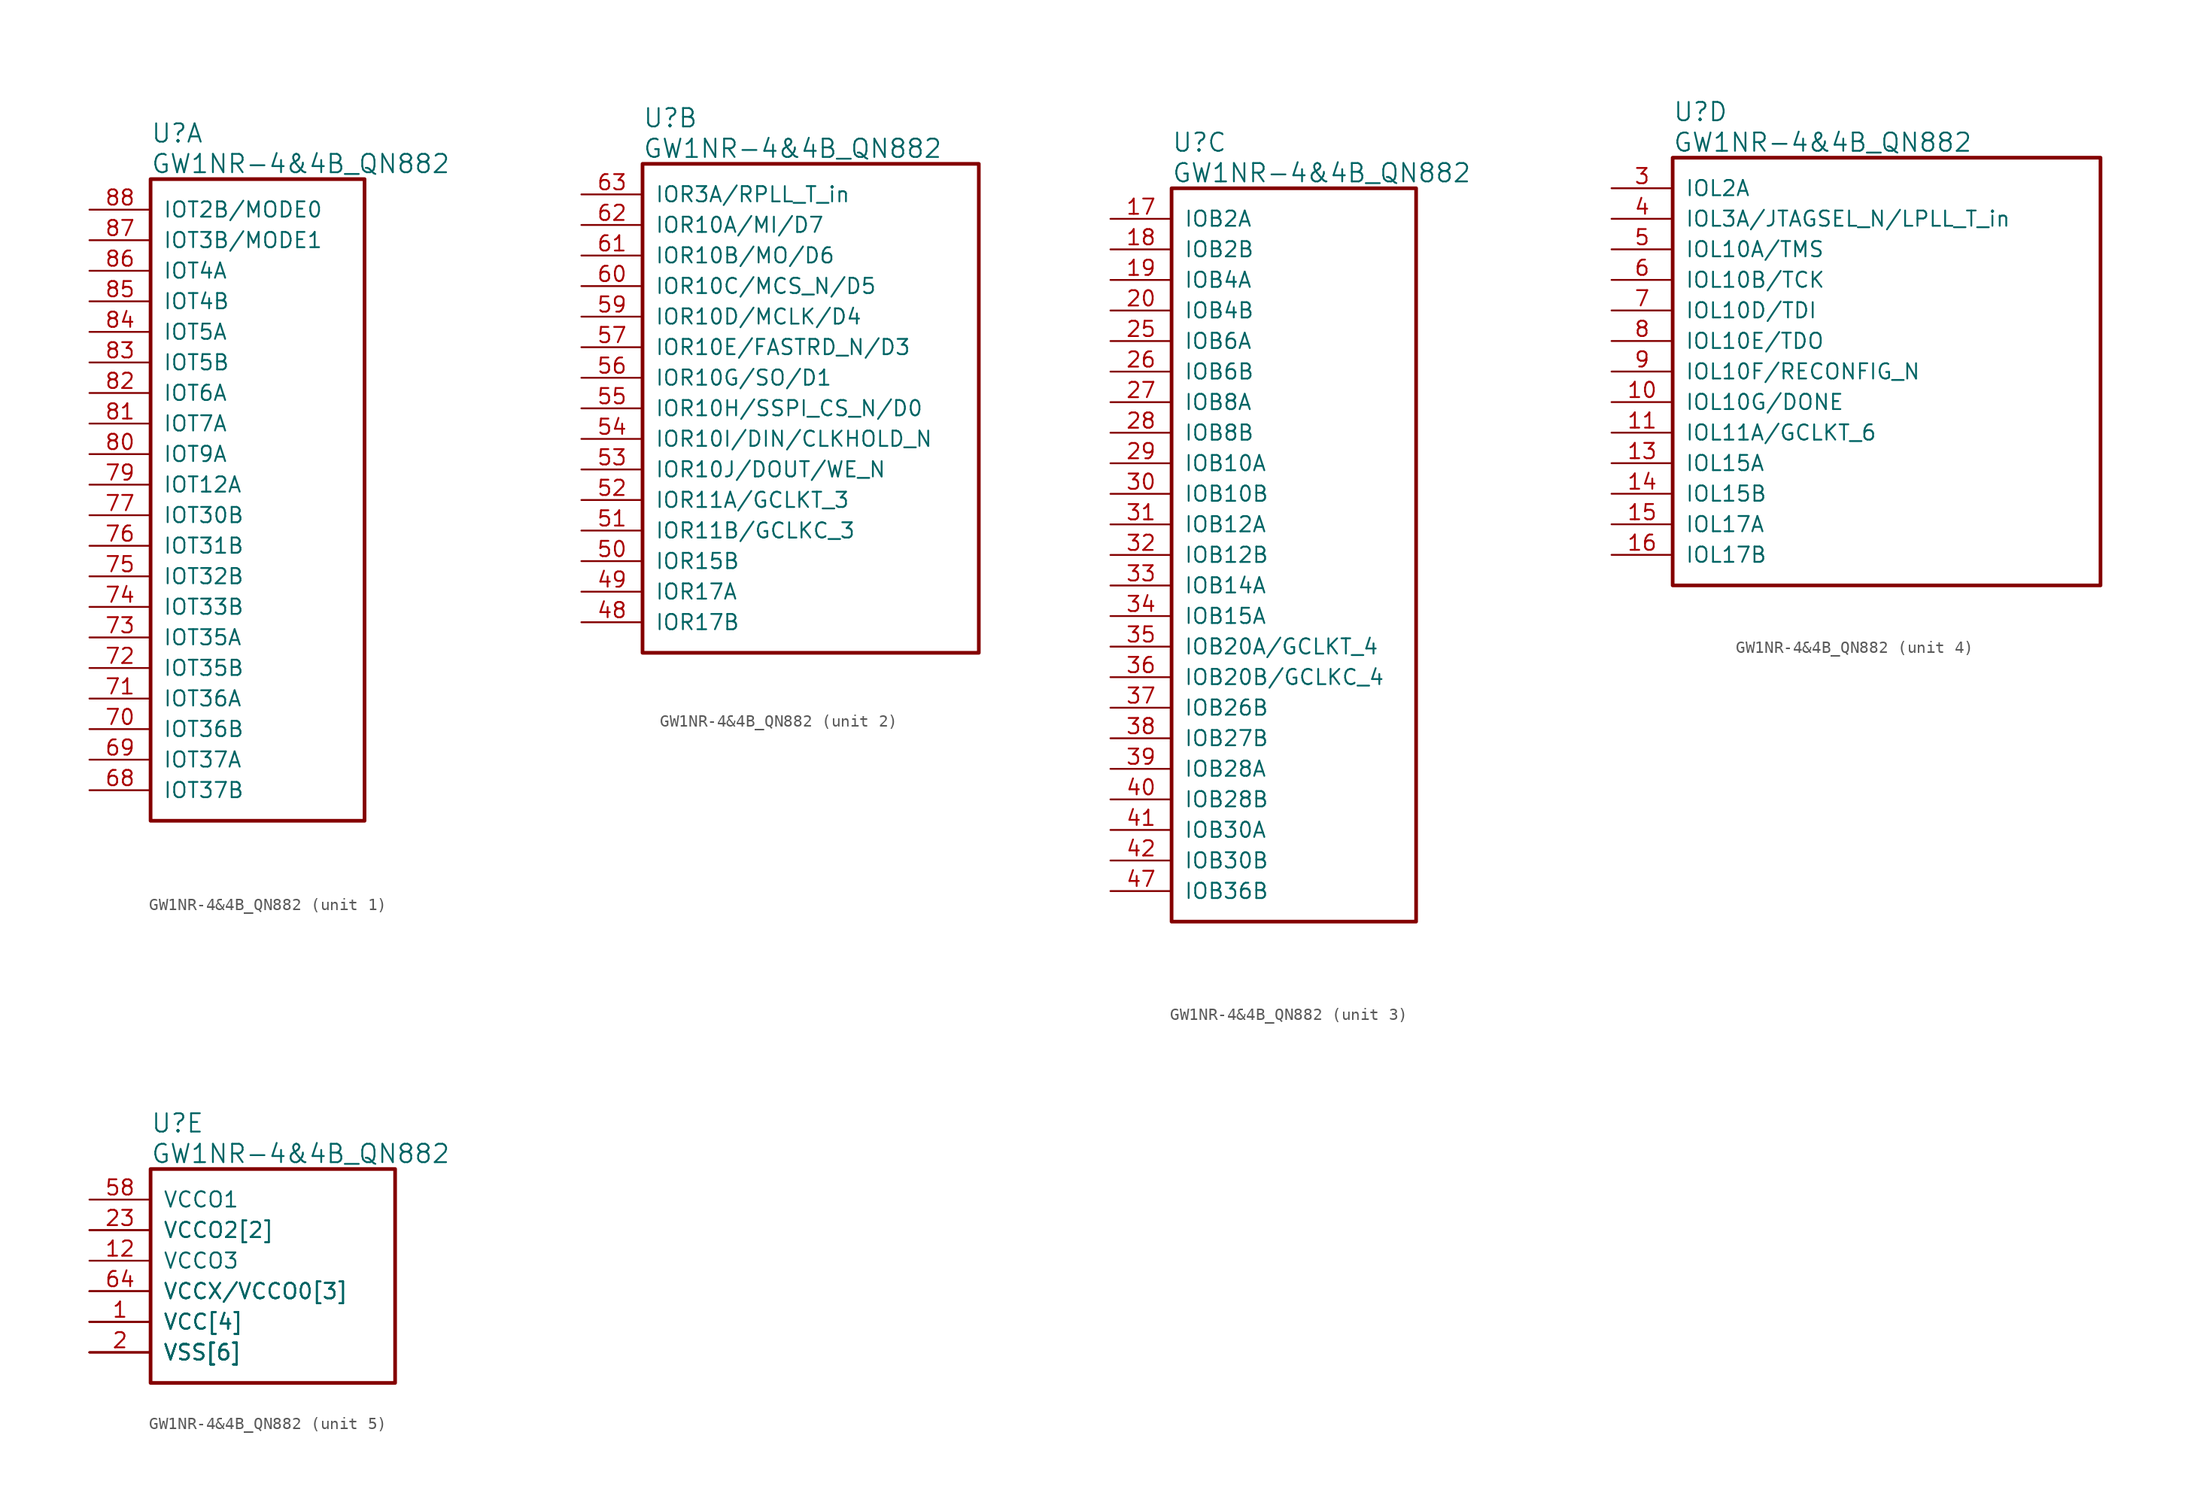
<source format=kicad_sym>
(kicad_symbol_lib
  (version 20241209)
  (generator "kicad_symbol_editor")
  (generator_version "9.0")
  (symbol "GW1NR-4&4B_QN882"
    (pin_names
      (offset 1.016))
    (property "Reference" "U"
      (at 5.08 6.35 0)
      (effects (font (size 1.524 1.524)) (justify left)))
    (property "Value" "GW1NR-4&4B_QN882"
      (at 5.08 3.81 0)
      (effects (font (size 1.524 1.524)) (justify left)))
    (property "ki_locked" ""
      (at 0 0 0)
      (effects (font (size 1.27 1.27))))
    (symbol "GW1NR-4&4B_QN882_1_1"
      (rectangle (start 5.08 2.54) (end 22.86 -50.8) (stroke (width 0.305) (type solid)) (fill (type none)))
      (pin bidirectional line (at 0 0 0) (length 5.08) (name "IOT2B/MODE0" (effects (font (size 1.27 1.27)))) (number "88" (effects (font (size 1.27 1.27)))))
      (pin bidirectional line (at 0 -2.54 0) (length 5.08) (name "IOT3B/MODE1" (effects (font (size 1.27 1.27)))) (number "87" (effects (font (size 1.27 1.27)))))
      (pin bidirectional line (at 0 -5.08 0) (length 5.08) (name "IOT4A" (effects (font (size 1.27 1.27)))) (number "86" (effects (font (size 1.27 1.27)))))
      (pin bidirectional line (at 0 -7.62 0) (length 5.08) (name "IOT4B" (effects (font (size 1.27 1.27)))) (number "85" (effects (font (size 1.27 1.27)))))
      (pin bidirectional line (at 0 -10.16 0) (length 5.08) (name "IOT5A" (effects (font (size 1.27 1.27)))) (number "84" (effects (font (size 1.27 1.27)))))
      (pin bidirectional line (at 0 -12.7 0) (length 5.08) (name "IOT5B" (effects (font (size 1.27 1.27)))) (number "83" (effects (font (size 1.27 1.27)))))
      (pin bidirectional line (at 0 -15.24 0) (length 5.08) (name "IOT6A" (effects (font (size 1.27 1.27)))) (number "82" (effects (font (size 1.27 1.27)))))
      (pin bidirectional line (at 0 -17.78 0) (length 5.08) (name "IOT7A" (effects (font (size 1.27 1.27)))) (number "81" (effects (font (size 1.27 1.27)))))
      (pin bidirectional line (at 0 -20.32 0) (length 5.08) (name "IOT9A" (effects (font (size 1.27 1.27)))) (number "80" (effects (font (size 1.27 1.27)))))
      (pin bidirectional line (at 0 -22.86 0) (length 5.08) (name "IOT12A" (effects (font (size 1.27 1.27)))) (number "79" (effects (font (size 1.27 1.27)))))
      (pin bidirectional line (at 0 -25.4 0) (length 5.08) (name "IOT30B" (effects (font (size 1.27 1.27)))) (number "77" (effects (font (size 1.27 1.27)))))
      (pin bidirectional line (at 0 -27.94 0) (length 5.08) (name "IOT31B" (effects (font (size 1.27 1.27)))) (number "76" (effects (font (size 1.27 1.27)))))
      (pin bidirectional line (at 0 -30.48 0) (length 5.08) (name "IOT32B" (effects (font (size 1.27 1.27)))) (number "75" (effects (font (size 1.27 1.27)))))
      (pin bidirectional line (at 0 -33.02 0) (length 5.08) (name "IOT33B" (effects (font (size 1.27 1.27)))) (number "74" (effects (font (size 1.27 1.27)))))
      (pin bidirectional line (at 0 -35.56 0) (length 5.08) (name "IOT35A" (effects (font (size 1.27 1.27)))) (number "73" (effects (font (size 1.27 1.27)))))
      (pin bidirectional line (at 0 -38.1 0) (length 5.08) (name "IOT35B" (effects (font (size 1.27 1.27)))) (number "72" (effects (font (size 1.27 1.27)))))
      (pin bidirectional line (at 0 -40.64 0) (length 5.08) (name "IOT36A" (effects (font (size 1.27 1.27)))) (number "71" (effects (font (size 1.27 1.27)))))
      (pin bidirectional line (at 0 -43.18 0) (length 5.08) (name "IOT36B" (effects (font (size 1.27 1.27)))) (number "70" (effects (font (size 1.27 1.27)))))
      (pin bidirectional line (at 0 -45.72 0) (length 5.08) (name "IOT37A" (effects (font (size 1.27 1.27)))) (number "69" (effects (font (size 1.27 1.27)))))
      (pin bidirectional line (at 0 -48.26 0) (length 5.08) (name "IOT37B" (effects (font (size 1.27 1.27)))) (number "68" (effects (font (size 1.27 1.27))))))
    (symbol "GW1NR-4&4B_QN882_2_1"
      (rectangle (start 5.08 2.54) (end 33.02 -38.1) (stroke (width 0.305) (type solid)) (fill (type none)))
      (pin bidirectional line (at 0 0 0) (length 5.08) (name "IOR3A/RPLL_T_in" (effects (font (size 1.27 1.27)))) (number "63" (effects (font (size 1.27 1.27)))))
      (pin bidirectional line (at 0 -2.54 0) (length 5.08) (name "IOR10A/MI/D7" (effects (font (size 1.27 1.27)))) (number "62" (effects (font (size 1.27 1.27)))))
      (pin bidirectional line (at 0 -5.08 0) (length 5.08) (name "IOR10B/MO/D6" (effects (font (size 1.27 1.27)))) (number "61" (effects (font (size 1.27 1.27)))))
      (pin bidirectional line (at 0 -7.62 0) (length 5.08) (name "IOR10C/MCS_N/D5" (effects (font (size 1.27 1.27)))) (number "60" (effects (font (size 1.27 1.27)))))
      (pin bidirectional line (at 0 -10.16 0) (length 5.08) (name "IOR10D/MCLK/D4" (effects (font (size 1.27 1.27)))) (number "59" (effects (font (size 1.27 1.27)))))
      (pin bidirectional line (at 0 -12.7 0) (length 5.08) (name "IOR10E/FASTRD_N/D3" (effects (font (size 1.27 1.27)))) (number "57" (effects (font (size 1.27 1.27)))))
      (pin bidirectional line (at 0 -15.24 0) (length 5.08) (name "IOR10G/SO/D1" (effects (font (size 1.27 1.27)))) (number "56" (effects (font (size 1.27 1.27)))))
      (pin bidirectional line (at 0 -17.78 0) (length 5.08) (name "IOR10H/SSPI_CS_N/D0" (effects (font (size 1.27 1.27)))) (number "55" (effects (font (size 1.27 1.27)))))
      (pin bidirectional line (at 0 -20.32 0) (length 5.08) (name "IOR10I/DIN/CLKHOLD_N" (effects (font (size 1.27 1.27)))) (number "54" (effects (font (size 1.27 1.27)))))
      (pin bidirectional line (at 0 -22.86 0) (length 5.08) (name "IOR10J/DOUT/WE_N" (effects (font (size 1.27 1.27)))) (number "53" (effects (font (size 1.27 1.27)))))
      (pin bidirectional line (at 0 -25.4 0) (length 5.08) (name "IOR11A/GCLKT_3" (effects (font (size 1.27 1.27)))) (number "52" (effects (font (size 1.27 1.27)))))
      (pin bidirectional line (at 0 -27.94 0) (length 5.08) (name "IOR11B/GCLKC_3" (effects (font (size 1.27 1.27)))) (number "51" (effects (font (size 1.27 1.27)))))
      (pin bidirectional line (at 0 -30.48 0) (length 5.08) (name "IOR15B" (effects (font (size 1.27 1.27)))) (number "50" (effects (font (size 1.27 1.27)))))
      (pin bidirectional line (at 0 -33.02 0) (length 5.08) (name "IOR17A" (effects (font (size 1.27 1.27)))) (number "49" (effects (font (size 1.27 1.27)))))
      (pin bidirectional line (at 0 -35.56 0) (length 5.08) (name "IOR17B" (effects (font (size 1.27 1.27)))) (number "48" (effects (font (size 1.27 1.27))))))
    (symbol "GW1NR-4&4B_QN882_3_1"
      (rectangle (start 5.08 2.54) (end 25.4 -58.42) (stroke (width 0.305) (type solid)) (fill (type none)))
      (pin bidirectional line (at 0 0 0) (length 5.08) (name "IOB2A" (effects (font (size 1.27 1.27)))) (number "17" (effects (font (size 1.27 1.27)))))
      (pin bidirectional line (at 0 -2.54 0) (length 5.08) (name "IOB2B" (effects (font (size 1.27 1.27)))) (number "18" (effects (font (size 1.27 1.27)))))
      (pin bidirectional line (at 0 -5.08 0) (length 5.08) (name "IOB4A" (effects (font (size 1.27 1.27)))) (number "19" (effects (font (size 1.27 1.27)))))
      (pin bidirectional line (at 0 -7.62 0) (length 5.08) (name "IOB4B" (effects (font (size 1.27 1.27)))) (number "20" (effects (font (size 1.27 1.27)))))
      (pin bidirectional line (at 0 -10.16 0) (length 5.08) (name "IOB6A" (effects (font (size 1.27 1.27)))) (number "25" (effects (font (size 1.27 1.27)))))
      (pin bidirectional line (at 0 -12.7 0) (length 5.08) (name "IOB6B" (effects (font (size 1.27 1.27)))) (number "26" (effects (font (size 1.27 1.27)))))
      (pin bidirectional line (at 0 -15.24 0) (length 5.08) (name "IOB8A" (effects (font (size 1.27 1.27)))) (number "27" (effects (font (size 1.27 1.27)))))
      (pin bidirectional line (at 0 -17.78 0) (length 5.08) (name "IOB8B" (effects (font (size 1.27 1.27)))) (number "28" (effects (font (size 1.27 1.27)))))
      (pin bidirectional line (at 0 -20.32 0) (length 5.08) (name "IOB10A" (effects (font (size 1.27 1.27)))) (number "29" (effects (font (size 1.27 1.27)))))
      (pin bidirectional line (at 0 -22.86 0) (length 5.08) (name "IOB10B" (effects (font (size 1.27 1.27)))) (number "30" (effects (font (size 1.27 1.27)))))
      (pin bidirectional line (at 0 -25.4 0) (length 5.08) (name "IOB12A" (effects (font (size 1.27 1.27)))) (number "31" (effects (font (size 1.27 1.27)))))
      (pin bidirectional line (at 0 -27.94 0) (length 5.08) (name "IOB12B" (effects (font (size 1.27 1.27)))) (number "32" (effects (font (size 1.27 1.27)))))
      (pin bidirectional line (at 0 -30.48 0) (length 5.08) (name "IOB14A" (effects (font (size 1.27 1.27)))) (number "33" (effects (font (size 1.27 1.27)))))
      (pin bidirectional line (at 0 -33.02 0) (length 5.08) (name "IOB15A" (effects (font (size 1.27 1.27)))) (number "34" (effects (font (size 1.27 1.27)))))
      (pin bidirectional line (at 0 -35.56 0) (length 5.08) (name "IOB20A/GCLKT_4" (effects (font (size 1.27 1.27)))) (number "35" (effects (font (size 1.27 1.27)))))
      (pin bidirectional line (at 0 -38.1 0) (length 5.08) (name "IOB20B/GCLKC_4" (effects (font (size 1.27 1.27)))) (number "36" (effects (font (size 1.27 1.27)))))
      (pin bidirectional line (at 0 -40.64 0) (length 5.08) (name "IOB26B" (effects (font (size 1.27 1.27)))) (number "37" (effects (font (size 1.27 1.27)))))
      (pin bidirectional line (at 0 -43.18 0) (length 5.08) (name "IOB27B" (effects (font (size 1.27 1.27)))) (number "38" (effects (font (size 1.27 1.27)))))
      (pin bidirectional line (at 0 -45.72 0) (length 5.08) (name "IOB28A" (effects (font (size 1.27 1.27)))) (number "39" (effects (font (size 1.27 1.27)))))
      (pin bidirectional line (at 0 -48.26 0) (length 5.08) (name "IOB28B" (effects (font (size 1.27 1.27)))) (number "40" (effects (font (size 1.27 1.27)))))
      (pin bidirectional line (at 0 -50.8 0) (length 5.08) (name "IOB30A" (effects (font (size 1.27 1.27)))) (number "41" (effects (font (size 1.27 1.27)))))
      (pin bidirectional line (at 0 -53.34 0) (length 5.08) (name "IOB30B" (effects (font (size 1.27 1.27)))) (number "42" (effects (font (size 1.27 1.27)))))
      (pin bidirectional line (at 0 -55.88 0) (length 5.08) (name "IOB36B" (effects (font (size 1.27 1.27)))) (number "47" (effects (font (size 1.27 1.27))))))
    (symbol "GW1NR-4&4B_QN882_4_1"
      (rectangle (start 5.08 2.54) (end 40.64 -33.02) (stroke (width 0.305) (type solid)) (fill (type none)))
      (pin bidirectional line (at 0 0 0) (length 5.08) (name "IOL2A" (effects (font (size 1.27 1.27)))) (number "3" (effects (font (size 1.27 1.27)))))
      (pin bidirectional line (at 0 -2.54 0) (length 5.08) (name "IOL3A/JTAGSEL_N/LPLL_T_in" (effects (font (size 1.27 1.27)))) (number "4" (effects (font (size 1.27 1.27)))))
      (pin bidirectional line (at 0 -5.08 0) (length 5.08) (name "IOL10A/TMS" (effects (font (size 1.27 1.27)))) (number "5" (effects (font (size 1.27 1.27)))))
      (pin bidirectional line (at 0 -7.62 0) (length 5.08) (name "IOL10B/TCK" (effects (font (size 1.27 1.27)))) (number "6" (effects (font (size 1.27 1.27)))))
      (pin bidirectional line (at 0 -10.16 0) (length 5.08) (name "IOL10D/TDI" (effects (font (size 1.27 1.27)))) (number "7" (effects (font (size 1.27 1.27)))))
      (pin bidirectional line (at 0 -12.7 0) (length 5.08) (name "IOL10E/TDO" (effects (font (size 1.27 1.27)))) (number "8" (effects (font (size 1.27 1.27)))))
      (pin bidirectional line (at 0 -15.24 0) (length 5.08) (name "IOL10F/RECONFIG_N" (effects (font (size 1.27 1.27)))) (number "9" (effects (font (size 1.27 1.27)))))
      (pin bidirectional line (at 0 -17.78 0) (length 5.08) (name "IOL10G/DONE" (effects (font (size 1.27 1.27)))) (number "10" (effects (font (size 1.27 1.27)))))
      (pin bidirectional line (at 0 -20.32 0) (length 5.08) (name "IOL11A/GCLKT_6" (effects (font (size 1.27 1.27)))) (number "11" (effects (font (size 1.27 1.27)))))
      (pin bidirectional line (at 0 -22.86 0) (length 5.08) (name "IOL15A" (effects (font (size 1.27 1.27)))) (number "13" (effects (font (size 1.27 1.27)))))
      (pin bidirectional line (at 0 -25.4 0) (length 5.08) (name "IOL15B" (effects (font (size 1.27 1.27)))) (number "14" (effects (font (size 1.27 1.27)))))
      (pin bidirectional line (at 0 -27.94 0) (length 5.08) (name "IOL17A" (effects (font (size 1.27 1.27)))) (number "15" (effects (font (size 1.27 1.27)))))
      (pin bidirectional line (at 0 -30.48 0) (length 5.08) (name "IOL17B" (effects (font (size 1.27 1.27)))) (number "16" (effects (font (size 1.27 1.27))))))
    (symbol "GW1NR-4&4B_QN882_5_1"
      (rectangle (start 5.08 2.54) (end 25.4 -15.24) (stroke (width 0.305) (type solid)) (fill (type none)))
      (pin power_in line (at 0 0 0) (length 5.08) (name "VCCO1" (effects (font (size 1.27 1.27)))) (number "58" (effects (font (size 1.27 1.27)))))
      (pin power_in line (at 0 -2.54 0) (length 5.08) (name "VCCO2[2]" (effects (font (size 1.27 1.27)))) (number "23" (effects (font (size 1.27 1.27)))))
      (pin power_in line (at 0 -2.54 0) (length 5.08) (name "VCCO2[2]" (effects (font (size 1.27 1.27)))) (number "44" (effects (font (size 0 0)))))
      (pin power_in line (at 0 -5.08 0) (length 5.08) (name "VCCO3" (effects (font (size 1.27 1.27)))) (number "12" (effects (font (size 1.27 1.27)))))
      (pin power_in line (at 0 -7.62 0) (length 5.08) (name "VCCX/VCCO0[3]" (effects (font (size 1.27 1.27)))) (number "64" (effects (font (size 1.27 1.27)))))
      (pin power_in line (at 0 -7.62 0) (length 5.08) (name "VCCX/VCCO0[3]" (effects (font (size 1.27 1.27)))) (number "67" (effects (font (size 0 0)))))
      (pin power_in line (at 0 -7.62 0) (length 5.08) (name "VCCX/VCCO0[3]" (effects (font (size 1.27 1.27)))) (number "78" (effects (font (size 0 0)))))
      (pin power_in line (at 0 -10.16 0) (length 5.08) (name "VCC[4]" (effects (font (size 1.27 1.27)))) (number "1" (effects (font (size 1.27 1.27)))))
      (pin power_in line (at 0 -10.16 0) (length 5.08) (name "VCC[4]" (effects (font (size 1.27 1.27)))) (number "22" (effects (font (size 0 0)))))
      (pin power_in line (at 0 -10.16 0) (length 5.08) (name "VCC[4]" (effects (font (size 1.27 1.27)))) (number "45" (effects (font (size 0 0)))))
      (pin power_in line (at 0 -10.16 0) (length 5.08) (name "VCC[4]" (effects (font (size 1.27 1.27)))) (number "66" (effects (font (size 0 0)))))
      (pin power_in line (at 0 -12.7 0) (length 5.08) (name "VSS[6]" (effects (font (size 1.27 1.27)))) (number "2" (effects (font (size 1.27 1.27)))))
      (pin power_in line (at 0 -12.7 0) (length 5.08) (name "VSS[6]" (effects (font (size 1.27 1.27)))) (number "21" (effects (font (size 0 0)))))
      (pin power_in line (at 0 -12.7 0) (length 5.08) (name "VSS[6]" (effects (font (size 1.27 1.27)))) (number "24" (effects (font (size 0 0)))))
      (pin power_in line (at 0 -12.7 0) (length 5.08) (name "VSS[6]" (effects (font (size 1.27 1.27)))) (number "43" (effects (font (size 0 0)))))
      (pin power_in line (at 0 -12.7 0) (length 5.08) (name "VSS[6]" (effects (font (size 1.27 1.27)))) (number "46" (effects (font (size 0 0)))))
      (pin power_in line (at 0 -12.7 0) (length 5.08) (name "VSS[6]" (effects (font (size 1.27 1.27)))) (number "65" (effects (font (size 0 0))))))))
</source>
